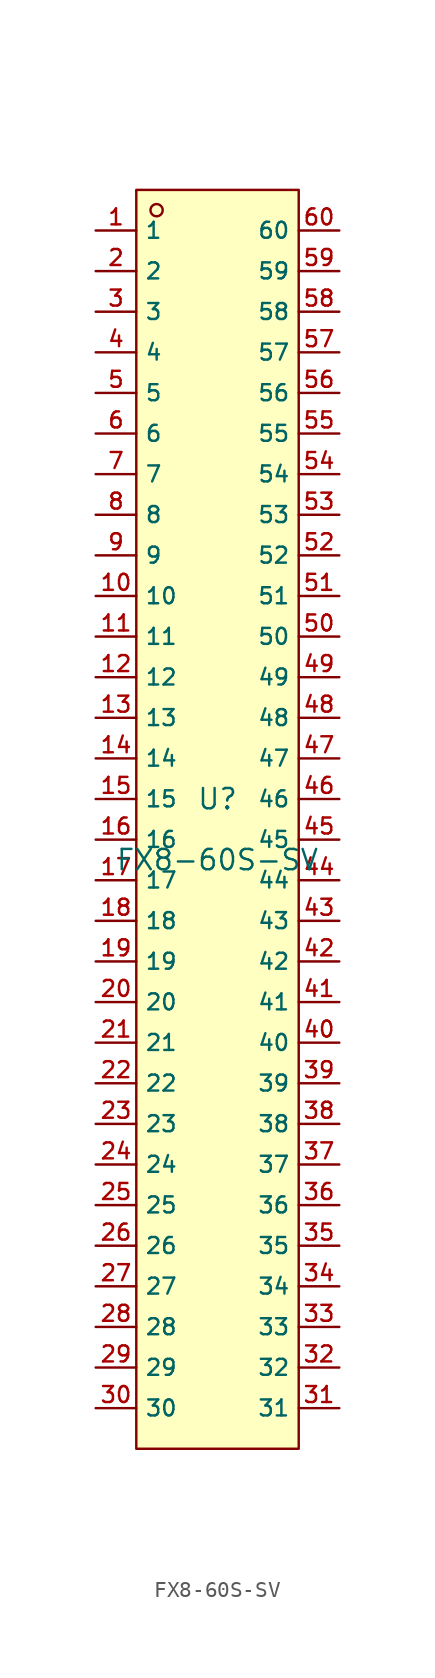
<source format=kicad_sym>
(kicad_symbol_lib
  (version 20210201)
  (generator TousstNicolas/JLC2KiCad_lib)
  (symbol "FX8-60S-SV"
    (property "Reference" "U"
      (at 0 1.27 0)
      (effects (font (size 1.27 1.27))))
    (property "Value" "FX8-60S-SV"
      (at 0 -2.54 0)
      (effects (font (size 1.27 1.27))))
    (symbol "FX8-60S-SV_0_1"
      (rectangle (start -5.08 39.37) (end 5.08 -39.37) (stroke (width 0) (type default) (color 0 0 0 0)) (fill (type background)))
      (circle (center -3.81 38.1) (radius 0.381) (stroke (width 0) (type default) (color 0 0 0 0)) (fill (type background)))
      (pin unspecified line (at -7.62 36.83 0) (length 2.54) (name "1" (effects (font (size 1 1)))) (number "1" (effects (font (size 1 1)))))
      (pin unspecified line (at -7.62 34.29 0) (length 2.54) (name "2" (effects (font (size 1 1)))) (number "2" (effects (font (size 1 1)))))
      (pin unspecified line (at -7.62 31.75 0) (length 2.54) (name "3" (effects (font (size 1 1)))) (number "3" (effects (font (size 1 1)))))
      (pin unspecified line (at -7.62 29.21 0) (length 2.54) (name "4" (effects (font (size 1 1)))) (number "4" (effects (font (size 1 1)))))
      (pin unspecified line (at -7.62 26.67 0) (length 2.54) (name "5" (effects (font (size 1 1)))) (number "5" (effects (font (size 1 1)))))
      (pin unspecified line (at -7.62 24.13 0) (length 2.54) (name "6" (effects (font (size 1 1)))) (number "6" (effects (font (size 1 1)))))
      (pin unspecified line (at -7.62 21.59 0) (length 2.54) (name "7" (effects (font (size 1 1)))) (number "7" (effects (font (size 1 1)))))
      (pin unspecified line (at -7.62 19.05 0) (length 2.54) (name "8" (effects (font (size 1 1)))) (number "8" (effects (font (size 1 1)))))
      (pin unspecified line (at -7.62 16.51 0) (length 2.54) (name "9" (effects (font (size 1 1)))) (number "9" (effects (font (size 1 1)))))
      (pin unspecified line (at -7.62 13.97 0) (length 2.54) (name "10" (effects (font (size 1 1)))) (number "10" (effects (font (size 1 1)))))
      (pin unspecified line (at -7.62 11.43 0) (length 2.54) (name "11" (effects (font (size 1 1)))) (number "11" (effects (font (size 1 1)))))
      (pin unspecified line (at -7.62 8.89 0) (length 2.54) (name "12" (effects (font (size 1 1)))) (number "12" (effects (font (size 1 1)))))
      (pin unspecified line (at -7.62 6.35 0) (length 2.54) (name "13" (effects (font (size 1 1)))) (number "13" (effects (font (size 1 1)))))
      (pin unspecified line (at -7.62 3.81 0) (length 2.54) (name "14" (effects (font (size 1 1)))) (number "14" (effects (font (size 1 1)))))
      (pin unspecified line (at -7.62 1.27 0) (length 2.54) (name "15" (effects (font (size 1 1)))) (number "15" (effects (font (size 1 1)))))
      (pin unspecified line (at -7.62 -1.27 0) (length 2.54) (name "16" (effects (font (size 1 1)))) (number "16" (effects (font (size 1 1)))))
      (pin unspecified line (at -7.62 -3.81 0) (length 2.54) (name "17" (effects (font (size 1 1)))) (number "17" (effects (font (size 1 1)))))
      (pin unspecified line (at -7.62 -6.35 0) (length 2.54) (name "18" (effects (font (size 1 1)))) (number "18" (effects (font (size 1 1)))))
      (pin unspecified line (at -7.62 -8.89 0) (length 2.54) (name "19" (effects (font (size 1 1)))) (number "19" (effects (font (size 1 1)))))
      (pin unspecified line (at -7.62 -11.43 0) (length 2.54) (name "20" (effects (font (size 1 1)))) (number "20" (effects (font (size 1 1)))))
      (pin unspecified line (at -7.62 -13.97 0) (length 2.54) (name "21" (effects (font (size 1 1)))) (number "21" (effects (font (size 1 1)))))
      (pin unspecified line (at -7.62 -16.51 0) (length 2.54) (name "22" (effects (font (size 1 1)))) (number "22" (effects (font (size 1 1)))))
      (pin unspecified line (at -7.62 -19.05 0) (length 2.54) (name "23" (effects (font (size 1 1)))) (number "23" (effects (font (size 1 1)))))
      (pin unspecified line (at -7.62 -21.59 0) (length 2.54) (name "24" (effects (font (size 1 1)))) (number "24" (effects (font (size 1 1)))))
      (pin unspecified line (at -7.62 -24.13 0) (length 2.54) (name "25" (effects (font (size 1 1)))) (number "25" (effects (font (size 1 1)))))
      (pin unspecified line (at -7.62 -26.67 0) (length 2.54) (name "26" (effects (font (size 1 1)))) (number "26" (effects (font (size 1 1)))))
      (pin unspecified line (at -7.62 -29.21 0) (length 2.54) (name "27" (effects (font (size 1 1)))) (number "27" (effects (font (size 1 1)))))
      (pin unspecified line (at -7.62 -31.75 0) (length 2.54) (name "28" (effects (font (size 1 1)))) (number "28" (effects (font (size 1 1)))))
      (pin unspecified line (at -7.62 -34.29 0) (length 2.54) (name "29" (effects (font (size 1 1)))) (number "29" (effects (font (size 1 1)))))
      (pin unspecified line (at -7.62 -36.83 0) (length 2.54) (name "30" (effects (font (size 1 1)))) (number "30" (effects (font (size 1 1)))))
      (pin unspecified line (at 7.62 -36.83 180) (length 2.54) (name "31" (effects (font (size 1 1)))) (number "31" (effects (font (size 1 1)))))
      (pin unspecified line (at 7.62 -34.29 180) (length 2.54) (name "32" (effects (font (size 1 1)))) (number "32" (effects (font (size 1 1)))))
      (pin unspecified line (at 7.62 -31.75 180) (length 2.54) (name "33" (effects (font (size 1 1)))) (number "33" (effects (font (size 1 1)))))
      (pin unspecified line (at 7.62 -29.21 180) (length 2.54) (name "34" (effects (font (size 1 1)))) (number "34" (effects (font (size 1 1)))))
      (pin unspecified line (at 7.62 -26.67 180) (length 2.54) (name "35" (effects (font (size 1 1)))) (number "35" (effects (font (size 1 1)))))
      (pin unspecified line (at 7.62 -24.13 180) (length 2.54) (name "36" (effects (font (size 1 1)))) (number "36" (effects (font (size 1 1)))))
      (pin unspecified line (at 7.62 -21.59 180) (length 2.54) (name "37" (effects (font (size 1 1)))) (number "37" (effects (font (size 1 1)))))
      (pin unspecified line (at 7.62 -19.05 180) (length 2.54) (name "38" (effects (font (size 1 1)))) (number "38" (effects (font (size 1 1)))))
      (pin unspecified line (at 7.62 -16.51 180) (length 2.54) (name "39" (effects (font (size 1 1)))) (number "39" (effects (font (size 1 1)))))
      (pin unspecified line (at 7.62 -13.97 180) (length 2.54) (name "40" (effects (font (size 1 1)))) (number "40" (effects (font (size 1 1)))))
      (pin unspecified line (at 7.62 -11.43 180) (length 2.54) (name "41" (effects (font (size 1 1)))) (number "41" (effects (font (size 1 1)))))
      (pin unspecified line (at 7.62 -8.89 180) (length 2.54) (name "42" (effects (font (size 1 1)))) (number "42" (effects (font (size 1 1)))))
      (pin unspecified line (at 7.62 -6.35 180) (length 2.54) (name "43" (effects (font (size 1 1)))) (number "43" (effects (font (size 1 1)))))
      (pin unspecified line (at 7.62 -3.81 180) (length 2.54) (name "44" (effects (font (size 1 1)))) (number "44" (effects (font (size 1 1)))))
      (pin unspecified line (at 7.62 -1.27 180) (length 2.54) (name "45" (effects (font (size 1 1)))) (number "45" (effects (font (size 1 1)))))
      (pin unspecified line (at 7.62 1.27 180) (length 2.54) (name "46" (effects (font (size 1 1)))) (number "46" (effects (font (size 1 1)))))
      (pin unspecified line (at 7.62 3.81 180) (length 2.54) (name "47" (effects (font (size 1 1)))) (number "47" (effects (font (size 1 1)))))
      (pin unspecified line (at 7.62 6.35 180) (length 2.54) (name "48" (effects (font (size 1 1)))) (number "48" (effects (font (size 1 1)))))
      (pin unspecified line (at 7.62 8.89 180) (length 2.54) (name "49" (effects (font (size 1 1)))) (number "49" (effects (font (size 1 1)))))
      (pin unspecified line (at 7.62 11.43 180) (length 2.54) (name "50" (effects (font (size 1 1)))) (number "50" (effects (font (size 1 1)))))
      (pin unspecified line (at 7.62 13.97 180) (length 2.54) (name "51" (effects (font (size 1 1)))) (number "51" (effects (font (size 1 1)))))
      (pin unspecified line (at 7.62 16.51 180) (length 2.54) (name "52" (effects (font (size 1 1)))) (number "52" (effects (font (size 1 1)))))
      (pin unspecified line (at 7.62 19.05 180) (length 2.54) (name "53" (effects (font (size 1 1)))) (number "53" (effects (font (size 1 1)))))
      (pin unspecified line (at 7.62 21.59 180) (length 2.54) (name "54" (effects (font (size 1 1)))) (number "54" (effects (font (size 1 1)))))
      (pin unspecified line (at 7.62 24.13 180) (length 2.54) (name "55" (effects (font (size 1 1)))) (number "55" (effects (font (size 1 1)))))
      (pin unspecified line (at 7.62 26.67 180) (length 2.54) (name "56" (effects (font (size 1 1)))) (number "56" (effects (font (size 1 1)))))
      (pin unspecified line (at 7.62 29.21 180) (length 2.54) (name "57" (effects (font (size 1 1)))) (number "57" (effects (font (size 1 1)))))
      (pin unspecified line (at 7.62 31.75 180) (length 2.54) (name "58" (effects (font (size 1 1)))) (number "58" (effects (font (size 1 1)))))
      (pin unspecified line (at 7.62 34.29 180) (length 2.54) (name "59" (effects (font (size 1 1)))) (number "59" (effects (font (size 1 1)))))
      (pin unspecified line (at 7.62 36.83 180) (length 2.54) (name "60" (effects (font (size 1 1)))) (number "60" (effects (font (size 1 1))))))))
</source>
